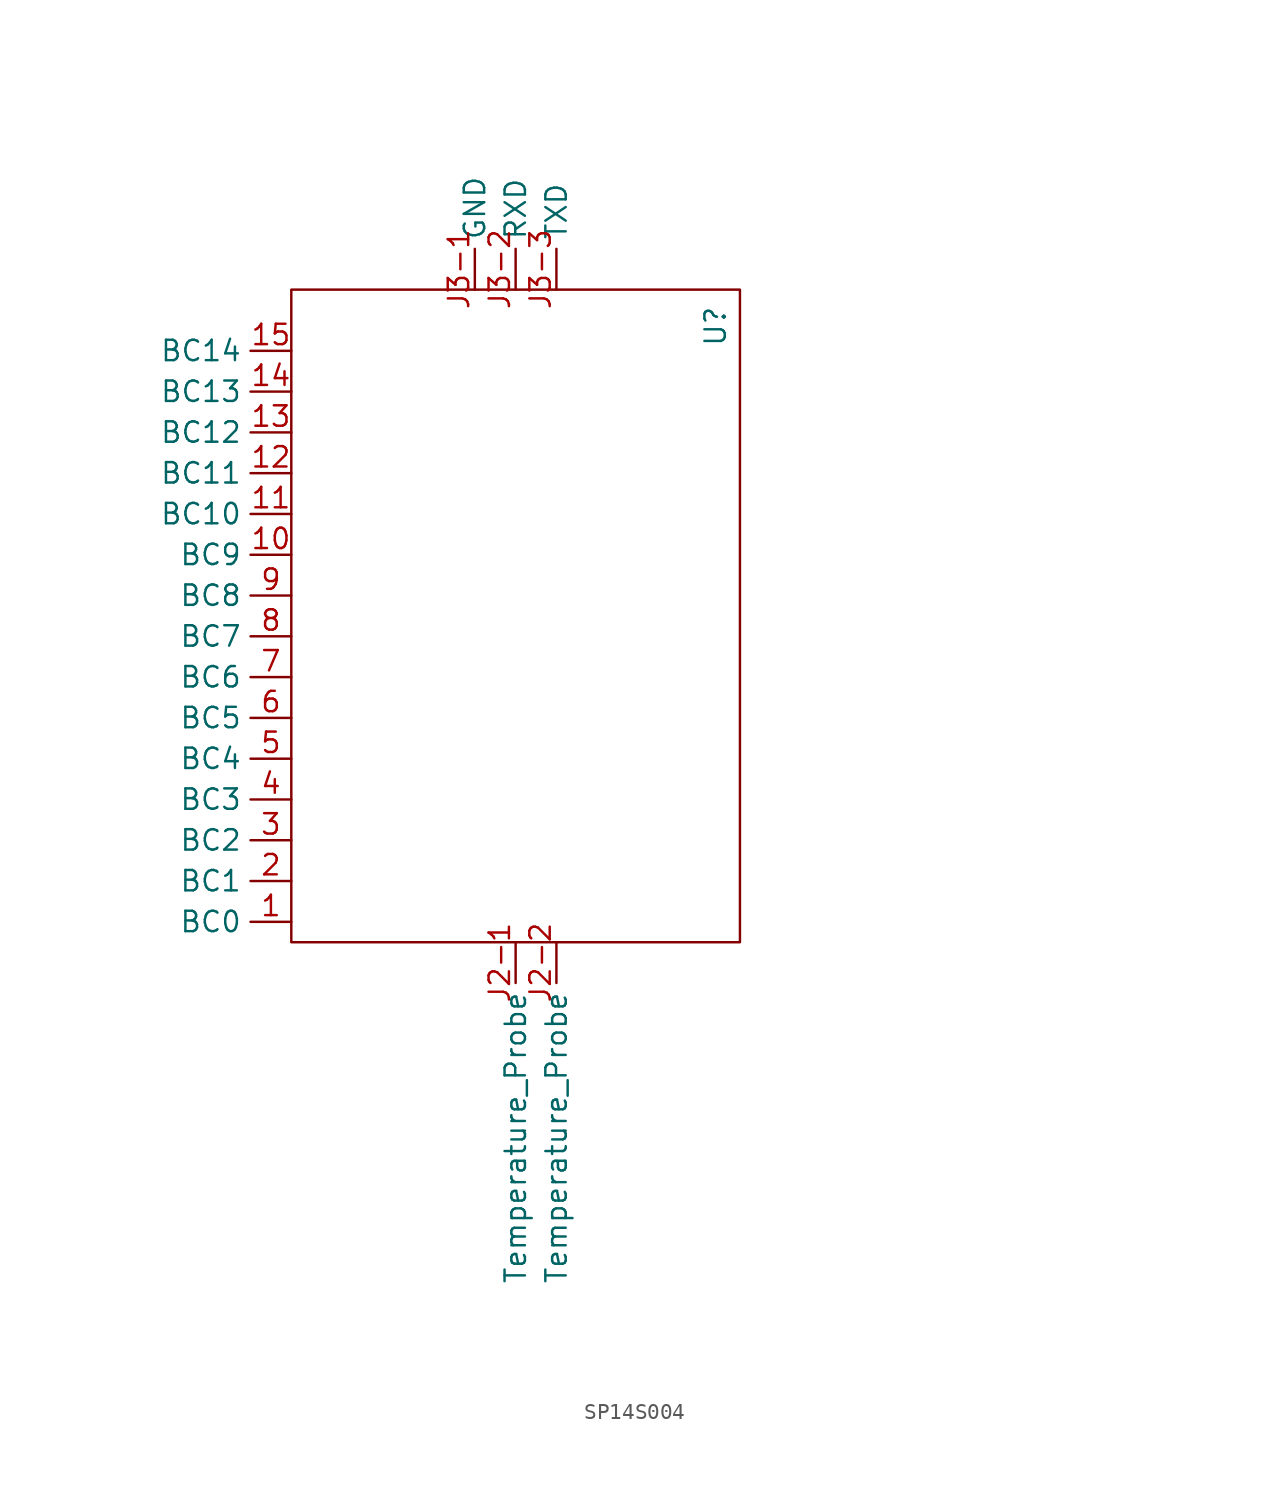
<source format=kicad_sym>
(kicad_symbol_lib
  (version 20241209)
  (generator "kicad_symbol_editor")
  (generator_version "9.0")
  (symbol "SP14S004"
    (property "Reference" "U"
      (at -24.384 43.434 90)
      (effects (font (size 1.27 1.27))))
    (property "Value" ""
      (at 0 0 0)
      (effects (font (size 1.27 1.27))))
    (symbol "SP14S004_0_1"
      (rectangle (start -50.8 45.72) (end -22.86 5.08) (stroke (width 0) (type default)) (fill (type none))))
    (symbol "SP14S004_1_1"
      (pin passive line (at -50.8 41.91 180) (length 2.54) (name "BC14" (effects (font (size 1.27 1.27)))) (number "15" (effects (font (size 1.27 1.27)))))
      (pin passive line (at -50.8 39.37 180) (length 2.54) (name "BC13" (effects (font (size 1.27 1.27)))) (number "14" (effects (font (size 1.27 1.27)))))
      (pin passive line (at -50.8 36.83 180) (length 2.54) (name "BC12" (effects (font (size 1.27 1.27)))) (number "13" (effects (font (size 1.27 1.27)))))
      (pin passive line (at -50.8 34.29 180) (length 2.54) (name "BC11" (effects (font (size 1.27 1.27)))) (number "12" (effects (font (size 1.27 1.27)))))
      (pin passive line (at -50.8 31.75 180) (length 2.54) (name "BC10" (effects (font (size 1.27 1.27)))) (number "11" (effects (font (size 1.27 1.27)))))
      (pin passive line (at -50.8 29.21 180) (length 2.54) (name "BC9" (effects (font (size 1.27 1.27)))) (number "10" (effects (font (size 1.27 1.27)))))
      (pin passive line (at -50.8 26.67 180) (length 2.54) (name "BC8" (effects (font (size 1.27 1.27)))) (number "9" (effects (font (size 1.27 1.27)))))
      (pin passive line (at -50.8 24.13 180) (length 2.54) (name "BC7" (effects (font (size 1.27 1.27)))) (number "8" (effects (font (size 1.27 1.27)))))
      (pin passive line (at -50.8 21.59 180) (length 2.54) (name "BC6" (effects (font (size 1.27 1.27)))) (number "7" (effects (font (size 1.27 1.27)))))
      (pin passive line (at -50.8 19.05 180) (length 2.54) (name "BC5" (effects (font (size 1.27 1.27)))) (number "6" (effects (font (size 1.27 1.27)))))
      (pin passive line (at -50.8 16.51 180) (length 2.54) (name "BC4" (effects (font (size 1.27 1.27)))) (number "5" (effects (font (size 1.27 1.27)))))
      (pin passive line (at -50.8 13.97 180) (length 2.54) (name "BC3" (effects (font (size 1.27 1.27)))) (number "4" (effects (font (size 1.27 1.27)))))
      (pin passive line (at -50.8 11.43 180) (length 2.54) (name "BC2" (effects (font (size 1.27 1.27)))) (number "3" (effects (font (size 1.27 1.27)))))
      (pin passive line (at -50.8 8.89 180) (length 2.54) (name "BC1" (effects (font (size 1.27 1.27)))) (number "2" (effects (font (size 1.27 1.27)))))
      (pin passive line (at -50.8 6.35 180) (length 2.54) (name "BC0" (effects (font (size 1.27 1.27)))) (number "1" (effects (font (size 1.27 1.27)))))
      (pin passive line (at -39.37 45.72 90) (length 2.54) (name "GND" (effects (font (size 1.27 1.27)))) (number "J3-1" (effects (font (size 1.27 1.27)))))
      (pin passive line (at -36.83 45.72 90) (length 2.54) (name "RXD" (effects (font (size 1.27 1.27)))) (number "J3-2" (effects (font (size 1.27 1.27)))))
      (pin passive line (at -36.83 5.08 270) (length 2.54) (name "Temperature_Probe" (effects (font (size 1.27 1.27)))) (number "J2-1" (effects (font (size 1.27 1.27)))))
      (pin passive line (at -34.29 45.72 90) (length 2.54) (name "TXD" (effects (font (size 1.27 1.27)))) (number "J3-3" (effects (font (size 1.27 1.27)))))
      (pin passive line (at -34.29 5.08 270) (length 2.54) (name "Temperature_Probe" (effects (font (size 1.27 1.27)))) (number "J2-2" (effects (font (size 1.27 1.27))))))))
</source>
